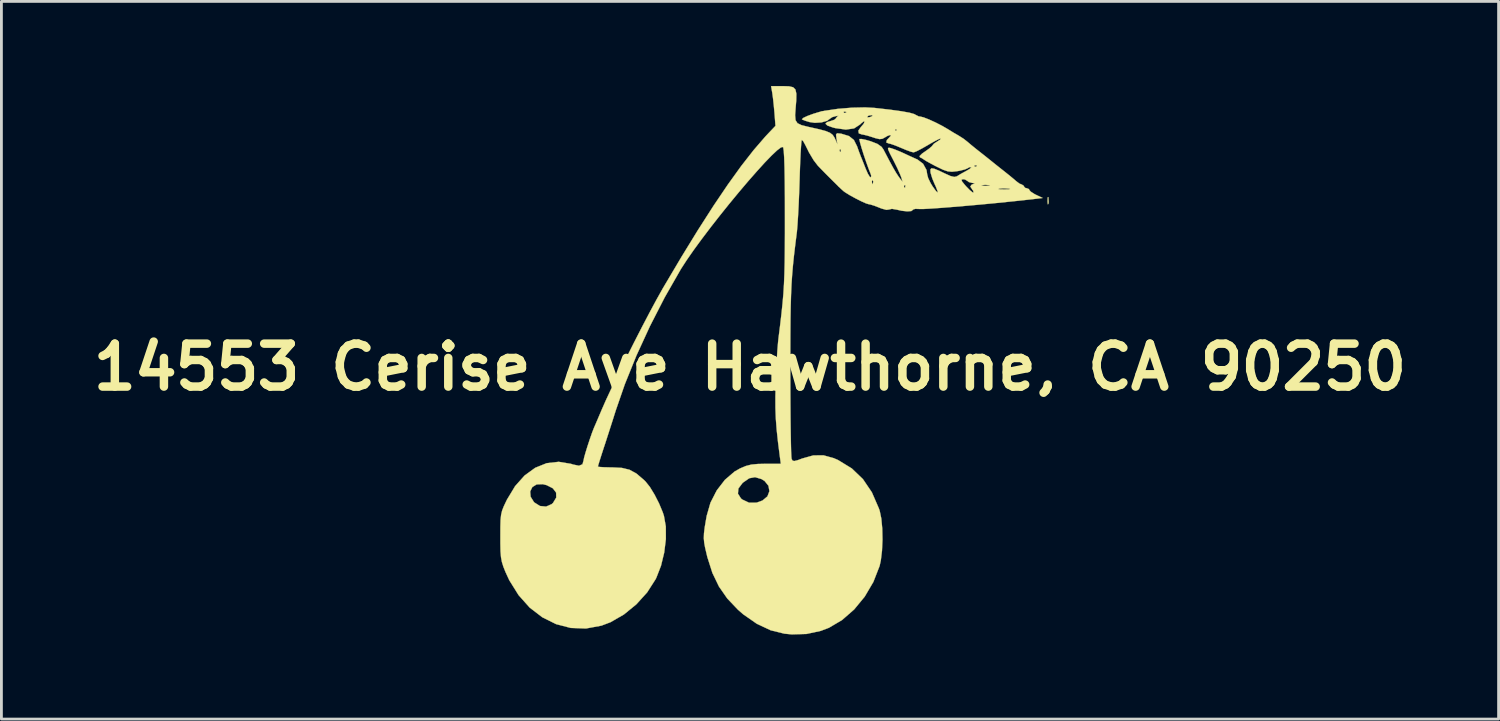
<source format=kicad_pcb>
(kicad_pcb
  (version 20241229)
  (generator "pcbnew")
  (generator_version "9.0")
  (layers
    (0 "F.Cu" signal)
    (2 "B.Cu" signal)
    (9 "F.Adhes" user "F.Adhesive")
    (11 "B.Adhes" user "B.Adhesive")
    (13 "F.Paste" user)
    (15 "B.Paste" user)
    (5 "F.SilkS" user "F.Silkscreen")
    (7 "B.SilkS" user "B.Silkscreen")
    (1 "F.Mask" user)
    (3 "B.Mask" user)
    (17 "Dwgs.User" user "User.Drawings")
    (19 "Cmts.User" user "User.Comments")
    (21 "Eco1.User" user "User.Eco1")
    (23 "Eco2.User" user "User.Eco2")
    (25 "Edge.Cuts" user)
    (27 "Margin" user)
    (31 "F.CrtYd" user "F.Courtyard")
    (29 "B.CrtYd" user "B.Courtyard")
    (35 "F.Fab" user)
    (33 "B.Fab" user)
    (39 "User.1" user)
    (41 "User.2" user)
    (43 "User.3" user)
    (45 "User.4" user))
  (footprint "14553 Cerise Ave Hawthorne, CA 90250"
    (layer "F.Cu")
    (at 23.557 9.975)
    (property "Reference" "14553 Cerise Ave Hawthorne, CA 90250" (at 0 0 0) (layer "F.SilkS") (effects (font (size 1.524 1.524) (thickness 0.3))))
    (attr through_hole)
    (fp_poly (pts (xy 10.585 -6.017) (xy 10.595 -5.856) (xy 10.585 -5.794) (xy 10.566 -5.775) (xy 10.556 -5.862) (xy 10.556 -5.905) (xy 10.562 -6.021) (xy 10.579 -6.035) (xy 10.585 -6.017)) (stroke (width 0.01) (type solid)) (fill yes) (layer "F.SilkS"))
    (fp_poly (pts (xy 1.384 -9.963) (xy 1.529 -9.93) (xy 1.611 -9.849) (xy 1.644 -9.7) (xy 1.64 -9.46) (xy 1.62 -9.214) (xy 1.6 -8.94) (xy 1.615 -8.763) (xy 1.684 -8.654) (xy 1.83 -8.584) (xy 2.072 -8.524) (xy 2.127 -8.512) (xy 2.458 -8.438) (xy 2.686 -8.376) (xy 2.837 -8.314) (xy 2.931 -8.242) (xy 2.994 -8.149) (xy 3.014 -8.107) (xy 3.103 -7.906) (xy 3.067 -8.112) (xy 3.051 -8.25) (xy 3.088 -8.297) (xy 3.211 -8.285) (xy 3.246 -8.279) (xy 3.512 -8.198) (xy 3.686 -8.058) (xy 3.798 -7.835) (xy 3.866 -7.643) (xy 3.926 -7.484) (xy 3.936 -7.461) (xy 3.99 -7.328) (xy 4.067 -7.133) (xy 4.106 -7.033) (xy 4.182 -6.861) (xy 4.249 -6.752) (xy 4.277 -6.731) (xy 4.302 -6.778) (xy 4.285 -6.842) (xy 4.204 -7.048) (xy 4.116 -7.293) (xy 4.03 -7.547) (xy 3.956 -7.783) (xy 3.903 -7.97) (xy 3.88 -8.079) (xy 3.882 -8.094) (xy 3.956 -8.095) (xy 4.113 -8.062) (xy 4.279 -8.014) (xy 4.519 -7.921) (xy 4.667 -7.816) (xy 4.734 -7.72) (xy 4.924 -7.357) (xy 5.069 -7.089) (xy 5.18 -6.898) (xy 5.267 -6.766) (xy 5.292 -6.731) (xy 5.413 -6.572) (xy 5.367 -6.731) (xy 5.315 -6.862) (xy 5.223 -7.066) (xy 5.106 -7.302) (xy 5.082 -7.349) (xy 4.966 -7.575) (xy 4.905 -7.709) (xy 4.895 -7.771) (xy 4.93 -7.784) (xy 4.999 -7.77) (xy 5.147 -7.719) (xy 5.349 -7.636) (xy 5.45 -7.59) (xy 5.667 -7.489) (xy 5.872 -7.396) (xy 5.94 -7.366) (xy 6.139 -7.217) (xy 6.261 -6.994) (xy 6.287 -6.829) (xy 6.321 -6.704) (xy 6.408 -6.526) (xy 6.477 -6.413) (xy 6.596 -6.248) (xy 6.655 -6.193) (xy 6.653 -6.247) (xy 6.59 -6.408) (xy 6.545 -6.505) (xy 6.484 -6.652) (xy 7.503 -6.652) (xy 7.519 -6.593) (xy 7.616 -6.471) (xy 7.667 -6.413) (xy 7.798 -6.279) (xy 7.896 -6.2) (xy 7.928 -6.192) (xy 7.919 -6.258) (xy 7.886 -6.3) (xy 7.874 -6.318) (xy 8.803 -6.318) (xy 8.875 -6.309) (xy 9.017 -6.306) (xy 9.174 -6.309) (xy 9.233 -6.32) (xy 9.192 -6.332) (xy 8.987 -6.343) (xy 8.842 -6.332) (xy 8.803 -6.318) (xy 7.874 -6.318) (xy 7.815 -6.408) (xy 7.84 -6.442) (xy 8.205 -6.442) (xy 8.281 -6.431) (xy 8.35 -6.43) (xy 8.481 -6.435) (xy 8.515 -6.449) (xy 8.494 -6.457) (xy 8.341 -6.469) (xy 8.24 -6.458) (xy 8.205 -6.442) (xy 7.84 -6.442) (xy 7.865 -6.477) (xy 7.922 -6.497) (xy 7.981 -6.52) (xy 7.919 -6.532) (xy 7.894 -6.533) (xy 7.765 -6.565) (xy 7.715 -6.604) (xy 7.625 -6.658) (xy 7.557 -6.668) (xy 7.503 -6.652) (xy 6.484 -6.652) (xy 6.464 -6.702) (xy 6.41 -6.881) (xy 6.402 -6.921) (xy 6.4 -7.015) (xy 6.437 -7.055) (xy 6.533 -7.04) (xy 6.707 -6.969) (xy 6.907 -6.873) (xy 7.114 -6.78) (xy 7.247 -6.748) (xy 7.337 -6.769) (xy 7.355 -6.78) (xy 7.484 -6.859) (xy 7.655 -6.952) (xy 7.67 -6.96) (xy 7.797 -7.035) (xy 7.849 -7.09) (xy 7.846 -7.098) (xy 7.777 -7.092) (xy 7.733 -7.063) (xy 7.625 -7.015) (xy 7.443 -6.969) (xy 7.34 -6.951) (xy 7.162 -6.932) (xy 7.013 -6.947) (xy 6.847 -7.004) (xy 6.617 -7.115) (xy 6.61 -7.119) (xy 6.543 -7.154) (xy 7.959 -7.154) (xy 7.967 -7.117) (xy 8.001 -7.112) (xy 8.053 -7.135) (xy 8.043 -7.154) (xy 7.968 -7.162) (xy 7.959 -7.154) (xy 6.543 -7.154) (xy 6.403 -7.228) (xy 6.243 -7.317) (xy 6.163 -7.369) (xy 6.16 -7.372) (xy 6.077 -7.424) (xy 6.033 -7.441) (xy 6.013 -7.486) (xy 6.103 -7.576) (xy 6.208 -7.649) (xy 6.362 -7.759) (xy 6.459 -7.844) (xy 6.477 -7.872) (xy 6.527 -7.93) (xy 6.636 -8.001) (xy 6.741 -8.07) (xy 6.768 -8.112) (xy 6.705 -8.094) (xy 6.563 -8.023) (xy 6.368 -7.913) (xy 6.312 -7.879) (xy 6.098 -7.757) (xy 5.921 -7.665) (xy 5.812 -7.622) (xy 5.8 -7.62) (xy 5.702 -7.644) (xy 5.529 -7.708) (xy 5.36 -7.779) (xy 5.156 -7.863) (xy 4.99 -7.921) (xy 4.913 -7.938) (xy 4.834 -7.972) (xy 4.854 -8.057) (xy 4.923 -8.129) (xy 4.996 -8.21) (xy 4.974 -8.237) (xy 4.876 -8.203) (xy 4.805 -8.161) (xy 4.696 -8.101) (xy 4.592 -8.09) (xy 4.442 -8.126) (xy 4.352 -8.156) (xy 4.161 -8.215) (xy 4.012 -8.25) (xy 3.97 -8.255) (xy 3.859 -8.294) (xy 3.844 -8.391) (xy 3.86 -8.414) (xy 5.144 -8.414) (xy 5.175 -8.382) (xy 5.207 -8.414) (xy 5.175 -8.445) (xy 5.144 -8.414) (xy 3.86 -8.414) (xy 3.93 -8.516) (xy 3.93 -8.516) (xy 4.028 -8.63) (xy 4.064 -8.711) (xy 4.028 -8.716) (xy 3.937 -8.642) (xy 3.903 -8.608) (xy 3.692 -8.47) (xy 3.401 -8.428) (xy 3.027 -8.48) (xy 2.937 -8.503) (xy 2.745 -8.572) (xy 2.677 -8.636) (xy 2.734 -8.694) (xy 2.857 -8.731) (xy 2.991 -8.776) (xy 3.048 -8.826) (xy 3.048 -8.827) (xy 3.072 -8.859) (xy 4.16 -8.859) (xy 4.253 -8.871) (xy 4.26 -8.873) (xy 4.345 -8.911) (xy 4.327 -8.94) (xy 4.212 -8.926) (xy 4.176 -8.901) (xy 4.16 -8.859) (xy 3.072 -8.859) (xy 3.098 -8.894) (xy 3.127 -8.908) (xy 3.136 -8.919) (xy 3.049 -8.907) (xy 2.916 -8.869) (xy 2.858 -8.83) (xy 2.734 -8.739) (xy 2.532 -8.682) (xy 2.297 -8.668) (xy 2.111 -8.695) (xy 1.948 -8.745) (xy 1.852 -8.785) (xy 1.841 -8.796) (xy 1.897 -8.846) (xy 2.042 -8.913) (xy 2.24 -8.986) (xy 2.457 -9.052) (xy 2.489 -9.059) (xy 3.323 -9.059) (xy 3.332 -9.022) (xy 3.365 -9.017) (xy 3.418 -9.04) (xy 3.408 -9.059) (xy 3.332 -9.067) (xy 3.323 -9.059) (xy 2.489 -9.059) (xy 2.635 -9.093) (xy 3.119 -9.164) (xy 3.619 -9.205) (xy 4.086 -9.215) (xy 4.413 -9.197) (xy 4.951 -9.136) (xy 5.367 -9.079) (xy 5.66 -9.026) (xy 5.828 -8.978) (xy 5.865 -8.956) (xy 5.983 -8.897) (xy 6.038 -8.89) (xy 6.158 -8.861) (xy 6.353 -8.785) (xy 6.587 -8.678) (xy 6.824 -8.556) (xy 7.017 -8.444) (xy 7.213 -8.323) (xy 7.398 -8.216) (xy 7.573 -8.105) (xy 7.715 -7.994) (xy 7.837 -7.89) (xy 8.013 -7.747) (xy 8.128 -7.656) (xy 8.32 -7.505) (xy 8.496 -7.364) (xy 8.572 -7.303) (xy 8.715 -7.188) (xy 8.904 -7.038) (xy 9.017 -6.949) (xy 9.203 -6.8) (xy 9.369 -6.663) (xy 9.439 -6.601) (xy 9.56 -6.511) (xy 9.645 -6.477) (xy 9.712 -6.433) (xy 9.716 -6.413) (xy 9.767 -6.357) (xy 9.811 -6.35) (xy 9.895 -6.317) (xy 9.906 -6.289) (xy 9.958 -6.227) (xy 10.088 -6.143) (xy 10.144 -6.115) (xy 10.382 -6.001) (xy 10.001 -5.956) (xy 9.567 -5.908) (xy 9.094 -5.859) (xy 8.598 -5.809) (xy 8.099 -5.762) (xy 7.614 -5.719) (xy 7.161 -5.681) (xy 6.758 -5.649) (xy 6.424 -5.626) (xy 6.176 -5.612) (xy 6.032 -5.61) (xy 6.017 -5.611) (xy 5.864 -5.616) (xy 5.783 -5.592) (xy 5.779 -5.582) (xy 5.723 -5.538) (xy 5.579 -5.527) (xy 5.382 -5.548) (xy 5.209 -5.587) (xy 5.035 -5.617) (xy 4.933 -5.593) (xy 4.932 -5.593) (xy 4.839 -5.58) (xy 4.669 -5.626) (xy 4.591 -5.657) (xy 4.406 -5.729) (xy 4.26 -5.773) (xy 4.219 -5.779) (xy 4.12 -5.808) (xy 3.949 -5.884) (xy 3.744 -5.988) (xy 3.54 -6.1) (xy 3.375 -6.202) (xy 3.322 -6.24) (xy 3.232 -6.321) (xy 3.136 -6.413) (xy 5.461 -6.413) (xy 5.484 -6.361) (xy 5.503 -6.371) (xy 5.511 -6.447) (xy 5.503 -6.456) (xy 5.466 -6.447) (xy 5.461 -6.413) (xy 3.136 -6.413) (xy 3.079 -6.469) (xy 2.969 -6.578) (xy 4.323 -6.578) (xy 4.335 -6.495) (xy 4.356 -6.494) (xy 4.372 -6.579) (xy 4.361 -6.616) (xy 4.333 -6.64) (xy 4.323 -6.578) (xy 2.969 -6.578) (xy 2.887 -6.659) (xy 2.68 -6.866) (xy 2.485 -7.066) (xy 2.406 -7.148) (xy 2.255 -7.345) (xy 2.089 -7.624) (xy 2.06 -7.684) (xy 3.175 -7.684) (xy 3.198 -7.631) (xy 3.217 -7.641) (xy 3.225 -7.717) (xy 3.217 -7.726) (xy 3.18 -7.717) (xy 3.175 -7.684) (xy 2.06 -7.684) (xy 1.957 -7.89) (xy 1.889 -8.013) (xy 1.838 -8.065) (xy 1.838 -8.065) (xy 1.824 -8.004) (xy 1.81 -7.835) (xy 1.794 -7.574) (xy 1.779 -7.241) (xy 1.765 -6.853) (xy 1.759 -6.652) (xy 1.744 -6.206) (xy 1.726 -5.772) (xy 1.705 -5.376) (xy 1.684 -5.046) (xy 1.664 -4.808) (xy 1.658 -4.763) (xy 1.605 -4.34) (xy 1.56 -3.964) (xy 1.524 -3.617) (xy 1.495 -3.28) (xy 1.472 -2.936) (xy 1.456 -2.569) (xy 1.444 -2.16) (xy 1.436 -1.693) (xy 1.432 -1.149) (xy 1.43 -0.511) (xy 1.43 0.159) (xy 1.431 0.766) (xy 1.434 1.336) (xy 1.438 1.856) (xy 1.444 2.314) (xy 1.451 2.695) (xy 1.458 2.989) (xy 1.467 3.18) (xy 1.475 3.255) (xy 1.509 3.315) (xy 1.567 3.331) (xy 1.682 3.303) (xy 1.856 3.239) (xy 2.245 3.131) (xy 2.604 3.127) (xy 2.973 3.229) (xy 3.134 3.301) (xy 3.612 3.594) (xy 4.006 3.972) (xy 4.324 4.442) (xy 4.572 5.013) (xy 4.601 5.098) (xy 4.658 5.371) (xy 4.691 5.725) (xy 4.699 6.12) (xy 4.682 6.512) (xy 4.64 6.86) (xy 4.597 7.053) (xy 4.376 7.619) (xy 4.07 8.139) (xy 3.695 8.595) (xy 3.267 8.969) (xy 2.801 9.245) (xy 2.508 9.356) (xy 2.001 9.465) (xy 1.484 9.48) (xy 1.222 9.455) (xy 0.734 9.335) (xy 0.239 9.102) (xy -0.242 8.767) (xy -0.432 8.601) (xy -0.807 8.206) (xy -1.102 7.782) (xy -1.334 7.301) (xy -1.514 6.737) (xy -1.593 6.402) (xy -1.625 6.228) (xy -1.639 6.07) (xy -1.633 5.897) (xy -1.606 5.675) (xy -1.554 5.371) (xy -1.536 5.271) (xy -1.402 4.806) (xy -1.239 4.488) (xy -0.428 4.488) (xy -0.32 4.658) (xy -0.277 4.694) (xy -0.036 4.808) (xy 0.237 4.806) (xy 0.443 4.731) (xy 0.618 4.584) (xy 0.688 4.399) (xy 0.654 4.207) (xy 0.517 4.038) (xy 0.405 3.969) (xy 0.179 3.903) (xy -0.027 3.941) (xy -0.244 4.091) (xy -0.27 4.115) (xy -0.412 4.305) (xy -0.428 4.488) (xy -1.239 4.488) (xy -1.18 4.373) (xy -0.891 3.998) (xy -0.552 3.706) (xy -0.352 3.592) (xy -0.147 3.506) (xy 0.048 3.456) (xy 0.283 3.434) (xy 0.542 3.429) (xy 1.093 3.429) (xy 1.061 3.191) (xy 0.993 2.658) (xy 0.945 2.213) (xy 0.915 1.82) (xy 0.901 1.442) (xy 0.9 1.041) (xy 0.912 0.581) (xy 0.912 0.572) (xy 0.928 0.166) (xy 0.948 -0.235) (xy 0.971 -0.597) (xy 0.995 -0.887) (xy 1.009 -1.016) (xy 1.068 -1.49) (xy 1.116 -1.899) (xy 1.154 -2.264) (xy 1.184 -2.607) (xy 1.205 -2.949) (xy 1.22 -3.313) (xy 1.23 -3.72) (xy 1.235 -4.192) (xy 1.238 -4.751) (xy 1.238 -5.315) (xy 1.237 -6.026) (xy 1.232 -6.613) (xy 1.224 -7.08) (xy 1.212 -7.429) (xy 1.197 -7.665) (xy 1.179 -7.789) (xy 1.169 -7.81) (xy 1.098 -7.796) (xy 0.96 -7.691) (xy 0.765 -7.507) (xy 0.522 -7.256) (xy 0.242 -6.947) (xy -0.068 -6.594) (xy -0.397 -6.206) (xy -0.736 -5.795) (xy -1.075 -5.373) (xy -1.405 -4.951) (xy -1.717 -4.539) (xy -2.002 -4.15) (xy -2.248 -3.795) (xy -2.449 -3.485) (xy -2.463 -3.461) (xy -3.025 -2.479) (xy -3.552 -1.451) (xy -4.03 -0.411) (xy -4.442 0.608) (xy -4.759 1.524) (xy -4.876 1.894) (xy -5.01 2.311) (xy -5.137 2.705) (xy -5.183 2.843) (xy -5.27 3.111) (xy -5.34 3.332) (xy -5.385 3.479) (xy -5.397 3.526) (xy -5.339 3.54) (xy -5.184 3.55) (xy -4.961 3.556) (xy -4.888 3.556) (xy -4.545 3.574) (xy -4.274 3.64) (xy -4.031 3.773) (xy -3.775 3.991) (xy -3.705 4.059) (xy -3.553 4.249) (xy -3.387 4.521) (xy -3.227 4.834) (xy -3.096 5.148) (xy -3.054 5.275) (xy -2.987 5.653) (xy -2.985 6.1) (xy -3.044 6.577) (xy -3.158 7.046) (xy -3.323 7.47) (xy -3.35 7.524) (xy -3.648 7.989) (xy -4.032 8.413) (xy -4.474 8.774) (xy -4.947 9.047) (xy -5.272 9.17) (xy -5.82 9.271) (xy -6.36 9.251) (xy -6.88 9.116) (xy -7.369 8.873) (xy -7.817 8.529) (xy -8.21 8.088) (xy -8.54 7.559) (xy -8.673 7.271) (xy -8.75 7.078) (xy -8.802 6.912) (xy -8.834 6.741) (xy -8.851 6.531) (xy -8.857 6.25) (xy -8.857 6.001) (xy -8.856 5.662) (xy -8.849 5.418) (xy -8.83 5.237) (xy -8.794 5.086) (xy -8.734 4.934) (xy -8.646 4.748) (xy -8.622 4.699) (xy -8.447 4.41) (xy -7.799 4.41) (xy -7.783 4.597) (xy -7.664 4.788) (xy -7.655 4.797) (xy -7.453 4.925) (xy -7.235 4.946) (xy -7.036 4.859) (xy -6.987 4.814) (xy -6.874 4.626) (xy -6.879 4.449) (xy -6.995 4.297) (xy -7.214 4.186) (xy -7.35 4.152) (xy -7.569 4.159) (xy -7.723 4.254) (xy -7.799 4.41) (xy -8.447 4.41) (xy -8.334 4.222) (xy -7.997 3.844) (xy -7.62 3.57) (xy -7.213 3.406) (xy -6.786 3.358) (xy -6.35 3.43) (xy -6.275 3.455) (xy -6.067 3.497) (xy -5.944 3.446) (xy -5.905 3.31) (xy -5.886 3.21) (xy -5.834 3.026) (xy -5.762 2.793) (xy -5.68 2.546) (xy -5.601 2.319) (xy -5.534 2.148) (xy -5.525 2.127) (xy -5.474 2.01) (xy -5.39 1.814) (xy -5.289 1.577) (xy -5.267 1.524) (xy -5.111 1.17) (xy -4.905 0.729) (xy -4.662 0.225) (xy -4.394 -0.317) (xy -4.114 -0.875) (xy -3.833 -1.423) (xy -3.564 -1.937) (xy -3.318 -2.394) (xy -3.108 -2.769) (xy -3.073 -2.83) (xy -2.435 -3.906) (xy -1.843 -4.87) (xy -1.294 -5.726) (xy -0.785 -6.479) (xy -0.312 -7.136) (xy 0.128 -7.699) (xy 0.538 -8.174) (xy 0.653 -8.297) (xy 0.903 -8.56) (xy 0.867 -9.027) (xy 0.842 -9.297) (xy 0.814 -9.552) (xy 0.789 -9.731) (xy 0.748 -9.97) (xy 1.164 -9.97) (xy 1.384 -9.963)) (stroke (width 0.01) (type solid)) (fill yes) (layer "F.SilkS")))
  (gr_rect
    (start -3 -3)
    (end 50.113 22.459)
    (stroke (width 0.1) (type default))
    (fill no)
    (layer "Edge.Cuts")))
</source>
